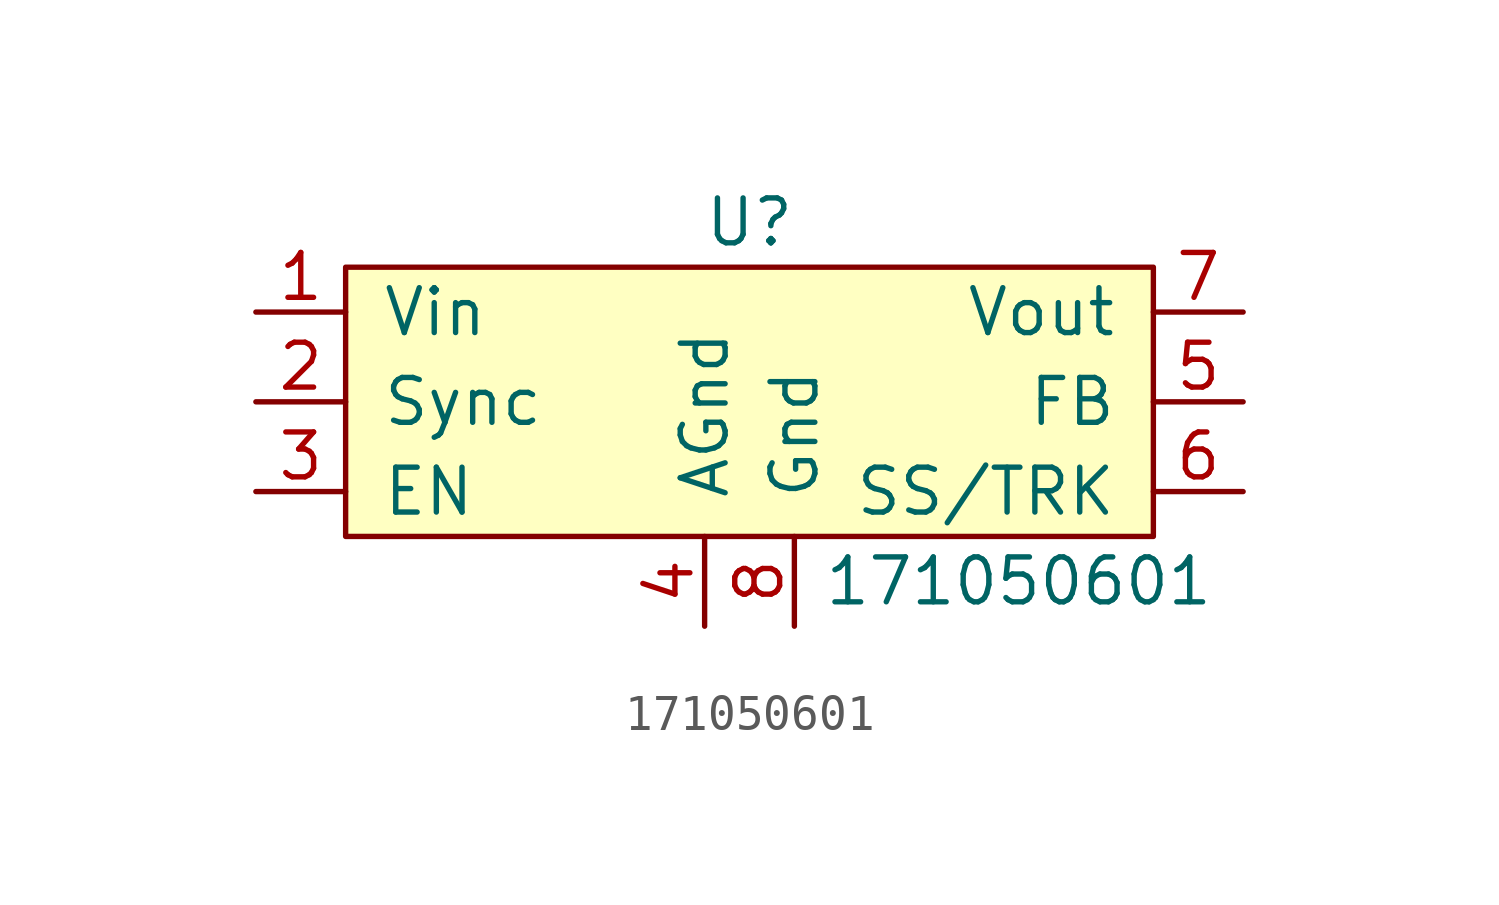
<source format=kicad_sym>
(kicad_symbol_lib
  (version 20201005)
  (generator kicad_symbol_editor)
  (symbol "171050601"
    (pin_names
      (offset 1.016))
    (property "Reference" "U"
      (at 0 5.08 0)
      (effects (font (size 1.27 1.27))))
    (property "Value" "171050601"
      (at 7.62 -5.08 0)
      (effects (font (size 1.27 1.27))))
    (symbol "171050601_0_1"
      (rectangle (start -11.43 3.81) (end 11.43 -3.81) (stroke (width 0)) (fill (type background))))
    (symbol "171050601_1_1"
      (pin power_in line (at -13.97 2.54 0) (length 2.54) (name "Vin" (effects (font (size 1.27 1.27)))) (number "1" (effects (font (size 1.27 1.27)))))
      (pin input line (at -13.97 0 0) (length 2.54) (name "Sync" (effects (font (size 1.27 1.27)))) (number "2" (effects (font (size 1.27 1.27)))))
      (pin input line (at -13.97 -2.54 0) (length 2.54) (name "EN" (effects (font (size 1.27 1.27)))) (number "3" (effects (font (size 1.27 1.27)))))
      (pin input line (at -1.27 -6.35 90) (length 2.54) (name "AGnd" (effects (font (size 1.27 1.27)))) (number "4" (effects (font (size 1.27 1.27)))))
      (pin input line (at 13.97 0 180) (length 2.54) (name "FB" (effects (font (size 1.27 1.27)))) (number "5" (effects (font (size 1.27 1.27)))))
      (pin passive line (at 13.97 -2.54 180) (length 2.54) (name "SS/TRK" (effects (font (size 1.27 1.27)))) (number "6" (effects (font (size 1.27 1.27)))))
      (pin power_out line (at 13.97 2.54 180) (length 2.54) (name "Vout" (effects (font (size 1.27 1.27)))) (number "7" (effects (font (size 1.27 1.27)))))
      (pin power_in line (at 1.27 -6.35 90) (length 2.54) (name "Gnd" (effects (font (size 1.27 1.27)))) (number "8" (effects (font (size 1.27 1.27))))))))
</source>
